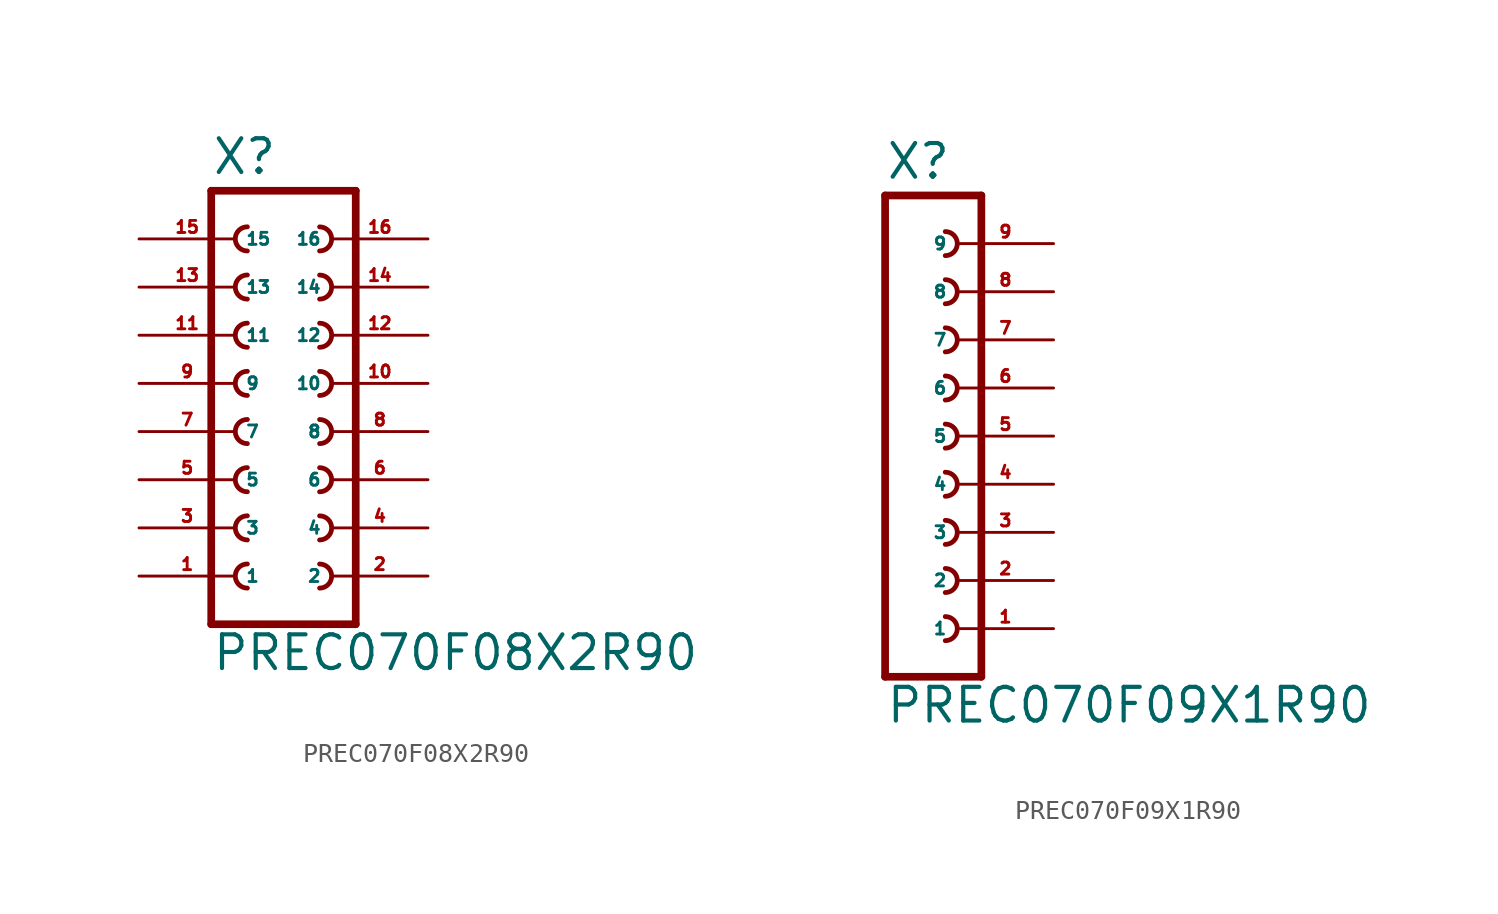
<source format=kicad_sym>
(kicad_symbol_lib
  (version 20220914)
  (generator Eagle2Kicad)
  (symbol "PREC070F08X2R90"
    (property "Reference" "X"
      (at -3.81 13.462 0)
      (effects (font (size 1.778 1.778) (thickness 0.22)) (justify left bottom)))
    (property "Value" "PREC070F08X2R90"
      (at -3.81 -12.7 0)
      (effects (font (size 1.778 1.778) (thickness 0.22)) (justify left bottom)))
    (polyline
      (pts (xy 3.81 -10.16) (xy -3.81 -10.16))
      (stroke (width 0.406) (type default))
      (fill (type none)))
    (arc
      (start -1.905 -1.905)
      (mid -2.540 -2.540)
      (end -1.905 -3.175)
      (stroke (width 0.254) (type default))
      (fill (type none)))
    (arc
      (start -1.905 -4.445)
      (mid -2.540 -5.080)
      (end -1.905 -5.715)
      (stroke (width 0.254) (type default))
      (fill (type none)))
    (arc
      (start -1.905 -6.985)
      (mid -2.540 -7.620)
      (end -1.905 -8.255)
      (stroke (width 0.254) (type default))
      (fill (type none)))
    (arc
      (start 1.905 -3.175)
      (mid 2.540 -2.540)
      (end 1.905 -1.905)
      (stroke (width 0.254) (type default))
      (fill (type none)))
    (arc
      (start 1.905 -5.715)
      (mid 2.540 -5.080)
      (end 1.905 -4.445)
      (stroke (width 0.254) (type default))
      (fill (type none)))
    (arc
      (start 1.905 -8.255)
      (mid 2.540 -7.620)
      (end 1.905 -6.985)
      (stroke (width 0.254) (type default))
      (fill (type none)))
    (arc
      (start -1.905 3.175)
      (mid -2.540 2.540)
      (end -1.905 1.905)
      (stroke (width 0.254) (type default))
      (fill (type none)))
    (arc
      (start -1.905 0.635)
      (mid -2.540 0.000)
      (end -1.905 -0.635)
      (stroke (width 0.254) (type default))
      (fill (type none)))
    (arc
      (start 1.905 1.905)
      (mid 2.540 2.540)
      (end 1.905 3.175)
      (stroke (width 0.254) (type default))
      (fill (type none)))
    (arc
      (start 1.905 -0.635)
      (mid 2.540 0.000)
      (end 1.905 0.635)
      (stroke (width 0.254) (type default))
      (fill (type none)))
    (arc
      (start -1.905 10.795)
      (mid -2.540 10.160)
      (end -1.905 9.525)
      (stroke (width 0.254) (type default))
      (fill (type none)))
    (arc
      (start -1.905 8.255)
      (mid -2.540 7.620)
      (end -1.905 6.985)
      (stroke (width 0.254) (type default))
      (fill (type none)))
    (arc
      (start -1.905 5.715)
      (mid -2.540 5.080)
      (end -1.905 4.445)
      (stroke (width 0.254) (type default))
      (fill (type none)))
    (arc
      (start 1.905 9.525)
      (mid 2.540 10.160)
      (end 1.905 10.795)
      (stroke (width 0.254) (type default))
      (fill (type none)))
    (arc
      (start 1.905 6.985)
      (mid 2.540 7.620)
      (end 1.905 8.255)
      (stroke (width 0.254) (type default))
      (fill (type none)))
    (arc
      (start 1.905 4.445)
      (mid 2.540 5.080)
      (end 1.905 5.715)
      (stroke (width 0.254) (type default))
      (fill (type none)))
    (polyline
      (pts (xy -3.81 12.7) (xy -3.81 -10.16))
      (stroke (width 0.406) (type default))
      (fill (type none)))
    (polyline
      (pts (xy 3.81 -10.16) (xy 3.81 12.7))
      (stroke (width 0.406) (type default))
      (fill (type none)))
    (polyline
      (pts (xy -3.81 12.7) (xy 3.81 12.7))
      (stroke (width 0.406) (type default))
      (fill (type none)))
    (pin passive line
      (at -7.62 -7.62 0)
      (length 5.08)
      (name "1" (effects (font (size 0.635 0.635) (thickness 0.08)) (justify left bottom)))
      (number "1" (effects (font (size 0.635 0.635) (thickness 0.08)) (justify left bottom))))
    (pin passive line
      (at -7.62 -5.08 0)
      (length 5.08)
      (name "3" (effects (font (size 0.635 0.635) (thickness 0.08)) (justify left bottom)))
      (number "3" (effects (font (size 0.635 0.635) (thickness 0.08)) (justify left bottom))))
    (pin passive line
      (at -7.62 -2.54 0)
      (length 5.08)
      (name "5" (effects (font (size 0.635 0.635) (thickness 0.08)) (justify left bottom)))
      (number "5" (effects (font (size 0.635 0.635) (thickness 0.08)) (justify left bottom))))
    (pin passive line
      (at 7.62 -7.62 180)
      (length 5.08)
      (name "2" (effects (font (size 0.635 0.635) (thickness 0.08)) (justify left bottom)))
      (number "2" (effects (font (size 0.635 0.635) (thickness 0.08)) (justify left bottom))))
    (pin passive line
      (at 7.62 -5.08 180)
      (length 5.08)
      (name "4" (effects (font (size 0.635 0.635) (thickness 0.08)) (justify left bottom)))
      (number "4" (effects (font (size 0.635 0.635) (thickness 0.08)) (justify left bottom))))
    (pin passive line
      (at 7.62 -2.54 180)
      (length 5.08)
      (name "6" (effects (font (size 0.635 0.635) (thickness 0.08)) (justify left bottom)))
      (number "6" (effects (font (size 0.635 0.635) (thickness 0.08)) (justify left bottom))))
    (pin passive line
      (at -7.62 0 0)
      (length 5.08)
      (name "7" (effects (font (size 0.635 0.635) (thickness 0.08)) (justify left bottom)))
      (number "7" (effects (font (size 0.635 0.635) (thickness 0.08)) (justify left bottom))))
    (pin passive line
      (at -7.62 2.54 0)
      (length 5.08)
      (name "9" (effects (font (size 0.635 0.635) (thickness 0.08)) (justify left bottom)))
      (number "9" (effects (font (size 0.635 0.635) (thickness 0.08)) (justify left bottom))))
    (pin passive line
      (at 7.62 0 180)
      (length 5.08)
      (name "8" (effects (font (size 0.635 0.635) (thickness 0.08)) (justify left bottom)))
      (number "8" (effects (font (size 0.635 0.635) (thickness 0.08)) (justify left bottom))))
    (pin passive line
      (at 7.62 2.54 180)
      (length 5.08)
      (name "10" (effects (font (size 0.635 0.635) (thickness 0.08)) (justify left bottom)))
      (number "10" (effects (font (size 0.635 0.635) (thickness 0.08)) (justify left bottom))))
    (pin passive line
      (at -7.62 5.08 0)
      (length 5.08)
      (name "11" (effects (font (size 0.635 0.635) (thickness 0.08)) (justify left bottom)))
      (number "11" (effects (font (size 0.635 0.635) (thickness 0.08)) (justify left bottom))))
    (pin passive line
      (at -7.62 7.62 0)
      (length 5.08)
      (name "13" (effects (font (size 0.635 0.635) (thickness 0.08)) (justify left bottom)))
      (number "13" (effects (font (size 0.635 0.635) (thickness 0.08)) (justify left bottom))))
    (pin passive line
      (at -7.62 10.16 0)
      (length 5.08)
      (name "15" (effects (font (size 0.635 0.635) (thickness 0.08)) (justify left bottom)))
      (number "15" (effects (font (size 0.635 0.635) (thickness 0.08)) (justify left bottom))))
    (pin passive line
      (at 7.62 5.08 180)
      (length 5.08)
      (name "12" (effects (font (size 0.635 0.635) (thickness 0.08)) (justify left bottom)))
      (number "12" (effects (font (size 0.635 0.635) (thickness 0.08)) (justify left bottom))))
    (pin passive line
      (at 7.62 7.62 180)
      (length 5.08)
      (name "14" (effects (font (size 0.635 0.635) (thickness 0.08)) (justify left bottom)))
      (number "14" (effects (font (size 0.635 0.635) (thickness 0.08)) (justify left bottom))))
    (pin passive line
      (at 7.62 10.16 180)
      (length 5.08)
      (name "16" (effects (font (size 0.635 0.635) (thickness 0.08)) (justify left bottom)))
      (number "16" (effects (font (size 0.635 0.635) (thickness 0.08)) (justify left bottom)))))
  (symbol "PREC070F09X1R90"
    (property "Reference" "X"
      (at -1.27 13.462 0)
      (effects (font (size 1.778 1.778) (thickness 0.22)) (justify left bottom)))
    (property "Value" "PREC070F09X1R90"
      (at -1.27 -15.24 0)
      (effects (font (size 1.778 1.778) (thickness 0.22)) (justify left bottom)))
    (polyline
      (pts (xy 3.81 -12.7) (xy -1.27 -12.7))
      (stroke (width 0.406) (type default))
      (fill (type none)))
    (arc
      (start 1.905 -5.715)
      (mid 2.540 -5.080)
      (end 1.905 -4.445)
      (stroke (width 0.254) (type default))
      (fill (type none)))
    (arc
      (start 1.905 -8.255)
      (mid 2.540 -7.620)
      (end 1.905 -6.985)
      (stroke (width 0.254) (type default))
      (fill (type none)))
    (arc
      (start 1.905 -10.795)
      (mid 2.540 -10.160)
      (end 1.905 -9.525)
      (stroke (width 0.254) (type default))
      (fill (type none)))
    (polyline
      (pts (xy -1.27 12.7) (xy -1.27 -12.7))
      (stroke (width 0.406) (type default))
      (fill (type none)))
    (polyline
      (pts (xy 3.81 -12.7) (xy 3.81 12.7))
      (stroke (width 0.406) (type default))
      (fill (type none)))
    (polyline
      (pts (xy -1.27 12.7) (xy 3.81 12.7))
      (stroke (width 0.406) (type default))
      (fill (type none)))
    (arc
      (start 1.905 -0.635)
      (mid 2.540 0.000)
      (end 1.905 0.635)
      (stroke (width 0.254) (type default))
      (fill (type none)))
    (arc
      (start 1.905 -3.175)
      (mid 2.540 -2.540)
      (end 1.905 -1.905)
      (stroke (width 0.254) (type default))
      (fill (type none)))
    (arc
      (start 1.905 1.905)
      (mid 2.540 2.540)
      (end 1.905 3.175)
      (stroke (width 0.254) (type default))
      (fill (type none)))
    (arc
      (start 1.905 4.445)
      (mid 2.540 5.080)
      (end 1.905 5.715)
      (stroke (width 0.254) (type default))
      (fill (type none)))
    (arc
      (start 1.905 6.985)
      (mid 2.540 7.620)
      (end 1.905 8.255)
      (stroke (width 0.254) (type default))
      (fill (type none)))
    (arc
      (start 1.905 9.525)
      (mid 2.540 10.160)
      (end 1.905 10.795)
      (stroke (width 0.254) (type default))
      (fill (type none)))
    (pin passive line
      (at 7.62 -10.16 180)
      (length 5.08)
      (name "1" (effects (font (size 0.635 0.635) (thickness 0.08)) (justify left bottom)))
      (number "1" (effects (font (size 0.635 0.635) (thickness 0.08)) (justify left bottom))))
    (pin passive line
      (at 7.62 -7.62 180)
      (length 5.08)
      (name "2" (effects (font (size 0.635 0.635) (thickness 0.08)) (justify left bottom)))
      (number "2" (effects (font (size 0.635 0.635) (thickness 0.08)) (justify left bottom))))
    (pin passive line
      (at 7.62 -5.08 180)
      (length 5.08)
      (name "3" (effects (font (size 0.635 0.635) (thickness 0.08)) (justify left bottom)))
      (number "3" (effects (font (size 0.635 0.635) (thickness 0.08)) (justify left bottom))))
    (pin passive line
      (at 7.62 -2.54 180)
      (length 5.08)
      (name "4" (effects (font (size 0.635 0.635) (thickness 0.08)) (justify left bottom)))
      (number "4" (effects (font (size 0.635 0.635) (thickness 0.08)) (justify left bottom))))
    (pin passive line
      (at 7.62 0 180)
      (length 5.08)
      (name "5" (effects (font (size 0.635 0.635) (thickness 0.08)) (justify left bottom)))
      (number "5" (effects (font (size 0.635 0.635) (thickness 0.08)) (justify left bottom))))
    (pin passive line
      (at 7.62 2.54 180)
      (length 5.08)
      (name "6" (effects (font (size 0.635 0.635) (thickness 0.08)) (justify left bottom)))
      (number "6" (effects (font (size 0.635 0.635) (thickness 0.08)) (justify left bottom))))
    (pin passive line
      (at 7.62 5.08 180)
      (length 5.08)
      (name "7" (effects (font (size 0.635 0.635) (thickness 0.08)) (justify left bottom)))
      (number "7" (effects (font (size 0.635 0.635) (thickness 0.08)) (justify left bottom))))
    (pin passive line
      (at 7.62 7.62 180)
      (length 5.08)
      (name "8" (effects (font (size 0.635 0.635) (thickness 0.08)) (justify left bottom)))
      (number "8" (effects (font (size 0.635 0.635) (thickness 0.08)) (justify left bottom))))
    (pin passive line
      (at 7.62 10.16 180)
      (length 5.08)
      (name "9" (effects (font (size 0.635 0.635) (thickness 0.08)) (justify left bottom)))
      (number "9" (effects (font (size 0.635 0.635) (thickness 0.08)) (justify left bottom))))))
</source>
